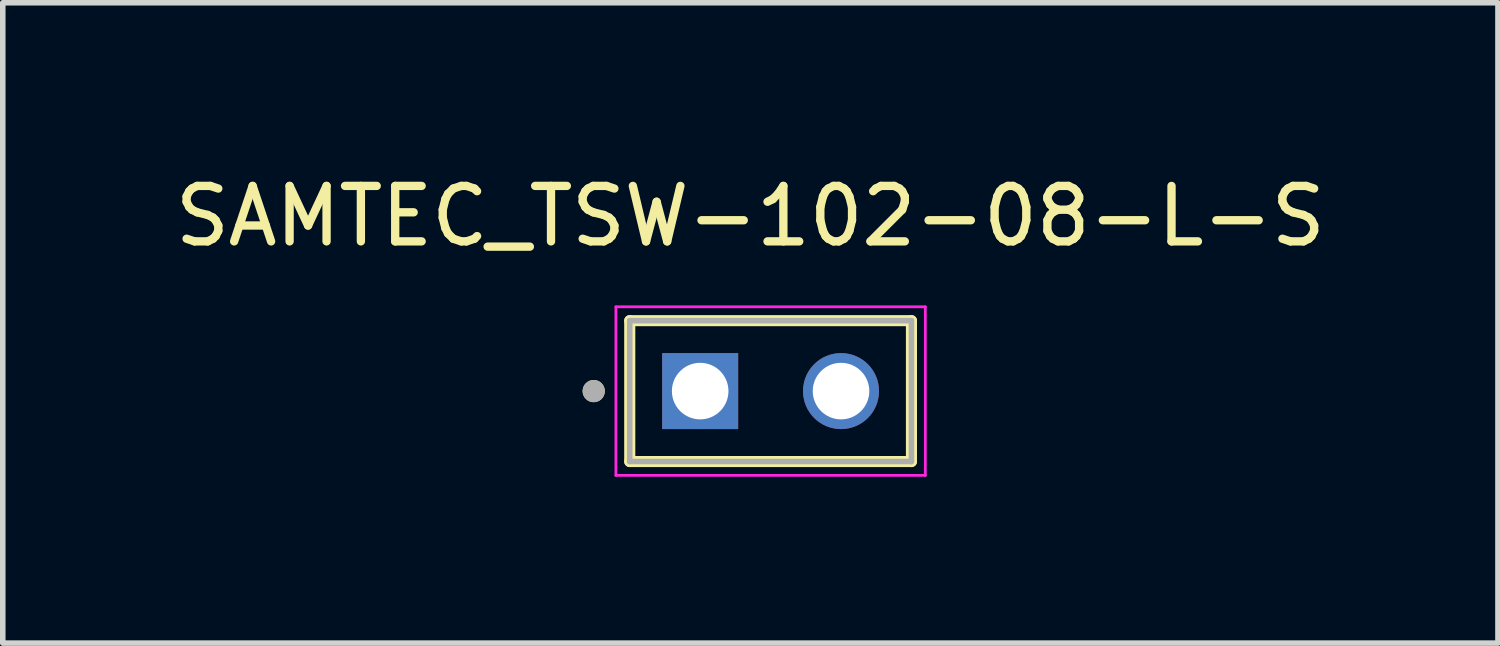
<source format=kicad_pcb>
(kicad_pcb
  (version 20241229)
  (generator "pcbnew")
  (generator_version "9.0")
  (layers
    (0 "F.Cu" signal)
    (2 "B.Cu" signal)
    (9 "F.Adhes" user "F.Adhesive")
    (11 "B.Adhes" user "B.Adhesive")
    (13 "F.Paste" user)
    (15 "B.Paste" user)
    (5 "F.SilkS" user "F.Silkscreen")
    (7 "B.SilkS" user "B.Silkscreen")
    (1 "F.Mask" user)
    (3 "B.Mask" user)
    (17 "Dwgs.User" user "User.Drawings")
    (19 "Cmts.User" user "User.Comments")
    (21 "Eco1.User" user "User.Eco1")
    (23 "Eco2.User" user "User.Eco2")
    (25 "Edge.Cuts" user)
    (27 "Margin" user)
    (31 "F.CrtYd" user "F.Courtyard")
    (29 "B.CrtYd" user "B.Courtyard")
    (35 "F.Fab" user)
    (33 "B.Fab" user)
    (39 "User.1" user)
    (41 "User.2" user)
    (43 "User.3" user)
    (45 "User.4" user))
  (footprint "SAMTEC_TSW-102-08-L-S"
    (layer "F.Cu")
    (at 9.577 4.003)
    (property "Reference" "SAMTEC_TSW-102-08-L-S" (at 0.905 -3.155 0) (layer "F.SilkS") (effects (font (size 1 1) (thickness 0.15))))
    (attr through_hole)
    (fp_line (start -1.27 1.27) (end -1.27 -1.27) (stroke (width 0.2) (type solid)) (layer "F.SilkS"))
    (fp_line (start 3.81 -1.27) (end -1.27 -1.27) (stroke (width 0.2) (type solid)) (layer "F.SilkS"))
    (fp_line (start 3.81 -1.27) (end 3.81 1.27) (stroke (width 0.2) (type solid)) (layer "F.SilkS"))
    (fp_line (start 3.81 1.27) (end -1.27 1.27) (stroke (width 0.2) (type solid)) (layer "F.SilkS"))
    (fp_circle (center -1.92 0) (end -1.82 0) (stroke (width 0.2) (type solid)) (fill no) (layer "F.SilkS"))
    (fp_line (start -1.52 -1.52) (end 4.06 -1.52) (stroke (width 0.05) (type solid)) (layer "F.CrtYd"))
    (fp_line (start -1.52 1.52) (end -1.52 -1.52) (stroke (width 0.05) (type solid)) (layer "F.CrtYd"))
    (fp_line (start 4.06 -1.52) (end 4.06 1.52) (stroke (width 0.05) (type solid)) (layer "F.CrtYd"))
    (fp_line (start 4.06 1.52) (end -1.52 1.52) (stroke (width 0.05) (type solid)) (layer "F.CrtYd"))
    (fp_line (start -1.27 -1.27) (end 3.81 -1.27) (stroke (width 0.1) (type solid)) (layer "F.Fab"))
    (fp_line (start -1.27 1.27) (end -1.27 -1.27) (stroke (width 0.1) (type solid)) (layer "F.Fab"))
    (fp_line (start 3.81 -1.27) (end 3.81 1.27) (stroke (width 0.1) (type solid)) (layer "F.Fab"))
    (fp_line (start 3.81 1.27) (end -1.27 1.27) (stroke (width 0.1) (type solid)) (layer "F.Fab"))
    (fp_circle (center -1.92 0) (end -1.82 0) (stroke (width 0.2) (type solid)) (fill no) (layer "F.Fab"))
    (pad "01" thru_hole rect (at 0 0) (size 1.37 1.37) (drill 1.02) (layers "*.Cu" "*.Mask"))
    (pad "02" thru_hole circle (at 2.54 0) (size 1.37 1.37) (drill 1.02) (layers "*.Cu" "*.Mask")))
  (gr_rect
    (start -3 -3)
    (end 23.964 8.548)
    (stroke (width 0.1) (type default))
    (fill no)
    (layer "Edge.Cuts")))
</source>
